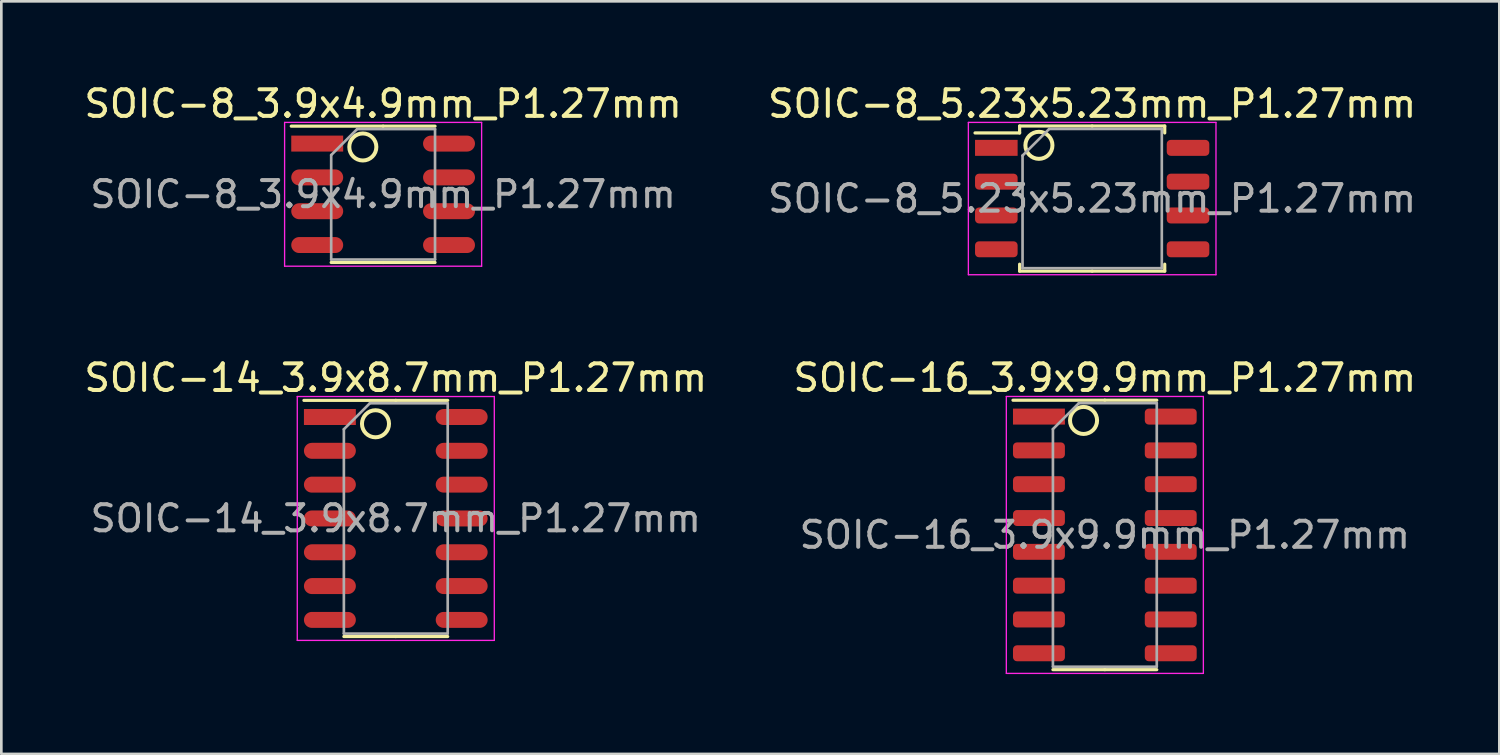
<source format=kicad_pcb>
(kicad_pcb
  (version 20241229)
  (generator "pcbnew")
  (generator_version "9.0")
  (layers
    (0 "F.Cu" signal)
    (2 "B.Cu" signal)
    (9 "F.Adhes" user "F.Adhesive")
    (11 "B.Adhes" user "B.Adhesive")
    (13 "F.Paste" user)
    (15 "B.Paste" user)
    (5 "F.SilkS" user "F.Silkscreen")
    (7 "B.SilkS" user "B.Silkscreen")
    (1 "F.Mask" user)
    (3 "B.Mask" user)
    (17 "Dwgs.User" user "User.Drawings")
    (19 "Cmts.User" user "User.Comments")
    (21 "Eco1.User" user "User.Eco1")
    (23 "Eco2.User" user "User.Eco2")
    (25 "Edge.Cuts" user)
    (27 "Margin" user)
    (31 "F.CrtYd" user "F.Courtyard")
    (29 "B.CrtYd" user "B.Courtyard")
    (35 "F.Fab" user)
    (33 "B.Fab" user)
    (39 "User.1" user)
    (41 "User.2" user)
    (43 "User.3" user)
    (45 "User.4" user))
  (footprint "SOIC-8_3.9x4.9mm_P1.27mm"
    (layer "F.Cu")
    (at 11.339 4.248)
    (property "Reference" "SOIC-8_3.9x4.9mm_P1.27mm" (at 0 -3.4 0) (layer "F.SilkS") (effects (font (size 1 1) (thickness 0.15))))
    (attr smd)
    (fp_line (start 0 -2.56) (end -3.45 -2.56) (stroke (width 0.12) (type solid)) (layer "F.SilkS"))
    (fp_line (start 0 -2.56) (end 1.95 -2.56) (stroke (width 0.12) (type solid)) (layer "F.SilkS"))
    (fp_line (start 0 2.56) (end -1.95 2.56) (stroke (width 0.12) (type solid)) (layer "F.SilkS"))
    (fp_line (start 0 2.56) (end 1.95 2.56) (stroke (width 0.12) (type solid)) (layer "F.SilkS"))
    (fp_circle (center -0.762 -1.778) (end -0.254 -1.778) (stroke (width 0.15) (type solid)) (fill no) (layer "F.SilkS"))
    (fp_line (start -3.7 -2.7) (end -3.7 2.7) (stroke (width 0.05) (type solid)) (layer "F.CrtYd"))
    (fp_line (start -3.7 2.7) (end 3.7 2.7) (stroke (width 0.05) (type solid)) (layer "F.CrtYd"))
    (fp_line (start 3.7 -2.7) (end -3.7 -2.7) (stroke (width 0.05) (type solid)) (layer "F.CrtYd"))
    (fp_line (start 3.7 2.7) (end 3.7 -2.7) (stroke (width 0.05) (type solid)) (layer "F.CrtYd"))
    (fp_line (start -1.95 -1.475) (end -0.975 -2.45) (stroke (width 0.1) (type solid)) (layer "F.Fab"))
    (fp_line (start -1.95 2.45) (end -1.95 -1.475) (stroke (width 0.1) (type solid)) (layer "F.Fab"))
    (fp_line (start -0.975 -2.45) (end 1.95 -2.45) (stroke (width 0.1) (type solid)) (layer "F.Fab"))
    (fp_line (start 1.95 -2.45) (end 1.95 2.45) (stroke (width 0.1) (type solid)) (layer "F.Fab"))
    (fp_line (start 1.95 2.45) (end -1.95 2.45) (stroke (width 0.1) (type solid)) (layer "F.Fab"))
    (fp_text user "${REFERENCE}" (at 0 0 0) (layer "F.Fab") (effects (font (size 0.98 0.98) (thickness 0.15))))
    (pad "1" smd rect (at -2.475 -1.905) (size 1.95 0.6) (layers "F.Cu" "F.Mask" "F.Paste"))
    (pad "2" smd oval (at -2.475 -0.635) (size 1.95 0.6) (layers "F.Cu" "F.Mask" "F.Paste"))
    (pad "3" smd oval (at -2.475 0.635) (size 1.95 0.6) (layers "F.Cu" "F.Mask" "F.Paste"))
    (pad "4" smd oval (at -2.475 1.905) (size 1.95 0.6) (layers "F.Cu" "F.Mask" "F.Paste"))
    (pad "5" smd oval (at 2.475 1.905) (size 1.95 0.6) (layers "F.Cu" "F.Mask" "F.Paste"))
    (pad "6" smd oval (at 2.475 0.635) (size 1.95 0.6) (layers "F.Cu" "F.Mask" "F.Paste"))
    (pad "7" smd oval (at 2.475 -0.635) (size 1.95 0.6) (layers "F.Cu" "F.Mask" "F.Paste"))
    (pad "8" smd oval (at 2.475 -1.905) (size 1.95 0.6) (layers "F.Cu" "F.Mask" "F.Paste")))
  (footprint "SOIC-8_5.23x5.23mm_P1.27mm"
    (layer "F.Cu")
    (at 37.97 4.408)
    (property "Reference" "SOIC-8_5.23x5.23mm_P1.27mm" (at 0 -3.56 0) (layer "F.SilkS") (effects (font (size 1 1) (thickness 0.15))))
    (attr smd)
    (fp_line (start -2.725 -2.725) (end -2.725 -2.465) (stroke (width 0.12) (type solid)) (layer "F.SilkS"))
    (fp_line (start -2.725 -2.465) (end -4.4 -2.465) (stroke (width 0.12) (type solid)) (layer "F.SilkS"))
    (fp_line (start -2.725 2.725) (end -2.725 2.465) (stroke (width 0.12) (type solid)) (layer "F.SilkS"))
    (fp_line (start 0 -2.725) (end -2.725 -2.725) (stroke (width 0.12) (type solid)) (layer "F.SilkS"))
    (fp_line (start 0 -2.725) (end 2.725 -2.725) (stroke (width 0.12) (type solid)) (layer "F.SilkS"))
    (fp_line (start 0 2.725) (end -2.725 2.725) (stroke (width 0.12) (type solid)) (layer "F.SilkS"))
    (fp_line (start 0 2.725) (end 2.725 2.725) (stroke (width 0.12) (type solid)) (layer "F.SilkS"))
    (fp_line (start 2.725 -2.725) (end 2.725 -2.465) (stroke (width 0.12) (type solid)) (layer "F.SilkS"))
    (fp_line (start 2.725 2.725) (end 2.725 2.465) (stroke (width 0.12) (type solid)) (layer "F.SilkS"))
    (fp_circle (center -2 -2) (end -1.492 -2) (stroke (width 0.15) (type solid)) (fill no) (layer "F.SilkS"))
    (fp_line (start -4.65 -2.86) (end -4.65 2.86) (stroke (width 0.05) (type solid)) (layer "F.CrtYd"))
    (fp_line (start -4.65 2.86) (end 4.65 2.86) (stroke (width 0.05) (type solid)) (layer "F.CrtYd"))
    (fp_line (start 4.65 -2.86) (end -4.65 -2.86) (stroke (width 0.05) (type solid)) (layer "F.CrtYd"))
    (fp_line (start 4.65 2.86) (end 4.65 -2.86) (stroke (width 0.05) (type solid)) (layer "F.CrtYd"))
    (fp_line (start -2.615 -1.615) (end -1.615 -2.615) (stroke (width 0.1) (type solid)) (layer "F.Fab"))
    (fp_line (start -2.615 2.615) (end -2.615 -1.615) (stroke (width 0.1) (type solid)) (layer "F.Fab"))
    (fp_line (start -1.615 -2.615) (end 2.615 -2.615) (stroke (width 0.1) (type solid)) (layer "F.Fab"))
    (fp_line (start 2.615 -2.615) (end 2.615 2.615) (stroke (width 0.1) (type solid)) (layer "F.Fab"))
    (fp_line (start 2.615 2.615) (end -2.615 2.615) (stroke (width 0.1) (type solid)) (layer "F.Fab"))
    (fp_text user "${REFERENCE}" (at 0 0 0) (layer "F.Fab") (effects (font (size 1 1) (thickness 0.15))))
    (pad "1" smd rect (at -3.6 -1.905) (size 1.6 0.6) (layers "F.Cu" "F.Mask" "F.Paste"))
    (pad "2" smd roundrect (at -3.6 -0.635) (size 1.6 0.6) (layers "F.Cu" "F.Mask" "F.Paste") (roundrect_rratio 0.25))
    (pad "3" smd roundrect (at -3.6 0.635) (size 1.6 0.6) (layers "F.Cu" "F.Mask" "F.Paste") (roundrect_rratio 0.25))
    (pad "4" smd roundrect (at -3.6 1.905) (size 1.6 0.6) (layers "F.Cu" "F.Mask" "F.Paste") (roundrect_rratio 0.25))
    (pad "5" smd roundrect (at 3.6 1.905) (size 1.6 0.6) (layers "F.Cu" "F.Mask" "F.Paste") (roundrect_rratio 0.25))
    (pad "6" smd roundrect (at 3.6 0.635) (size 1.6 0.6) (layers "F.Cu" "F.Mask" "F.Paste") (roundrect_rratio 0.25))
    (pad "7" smd roundrect (at 3.6 -0.635) (size 1.6 0.6) (layers "F.Cu" "F.Mask" "F.Paste") (roundrect_rratio 0.25))
    (pad "8" smd roundrect (at 3.6 -1.905) (size 1.6 0.6) (layers "F.Cu" "F.Mask" "F.Paste") (roundrect_rratio 0.25)))
  (footprint "SOIC-16_3.9x9.9mm_P1.27mm"
    (layer "F.Cu")
    (at 38.446 17.041)
    (property "Reference" "SOIC-16_3.9x9.9mm_P1.27mm" (at 0 -5.9 0) (layer "F.SilkS") (effects (font (size 1 1) (thickness 0.15))))
    (attr smd)
    (fp_line (start 0 -5.06) (end -3.45 -5.06) (stroke (width 0.12) (type solid)) (layer "F.SilkS"))
    (fp_line (start 0 -5.06) (end 1.95 -5.06) (stroke (width 0.12) (type solid)) (layer "F.SilkS"))
    (fp_line (start 0 5.06) (end -1.95 5.06) (stroke (width 0.12) (type solid)) (layer "F.SilkS"))
    (fp_line (start 0 5.06) (end 1.95 5.06) (stroke (width 0.12) (type solid)) (layer "F.SilkS"))
    (fp_circle (center -0.8 -4.3) (end -0.292 -4.3) (stroke (width 0.15) (type solid)) (fill no) (layer "F.SilkS"))
    (fp_line (start -3.7 -5.2) (end -3.7 5.2) (stroke (width 0.05) (type solid)) (layer "F.CrtYd"))
    (fp_line (start -3.7 5.2) (end 3.7 5.2) (stroke (width 0.05) (type solid)) (layer "F.CrtYd"))
    (fp_line (start 3.7 -5.2) (end -3.7 -5.2) (stroke (width 0.05) (type solid)) (layer "F.CrtYd"))
    (fp_line (start 3.7 5.2) (end 3.7 -5.2) (stroke (width 0.05) (type solid)) (layer "F.CrtYd"))
    (fp_line (start -1.95 -3.975) (end -0.975 -4.95) (stroke (width 0.1) (type solid)) (layer "F.Fab"))
    (fp_line (start -1.95 4.95) (end -1.95 -3.975) (stroke (width 0.1) (type solid)) (layer "F.Fab"))
    (fp_line (start -0.975 -4.95) (end 1.95 -4.95) (stroke (width 0.1) (type solid)) (layer "F.Fab"))
    (fp_line (start 1.95 -4.95) (end 1.95 4.95) (stroke (width 0.1) (type solid)) (layer "F.Fab"))
    (fp_line (start 1.95 4.95) (end -1.95 4.95) (stroke (width 0.1) (type solid)) (layer "F.Fab"))
    (fp_text user "${REFERENCE}" (at 0 0 0) (layer "F.Fab") (effects (font (size 0.98 0.98) (thickness 0.15))))
    (pad "1" smd rect (at -2.475 -4.445) (size 1.95 0.6) (layers "F.Cu" "F.Mask" "F.Paste"))
    (pad "2" smd roundrect (at -2.475 -3.175) (size 1.95 0.6) (layers "F.Cu" "F.Mask" "F.Paste") (roundrect_rratio 0.25))
    (pad "3" smd roundrect (at -2.475 -1.905) (size 1.95 0.6) (layers "F.Cu" "F.Mask" "F.Paste") (roundrect_rratio 0.25))
    (pad "4" smd roundrect (at -2.475 -0.635) (size 1.95 0.6) (layers "F.Cu" "F.Mask" "F.Paste") (roundrect_rratio 0.25))
    (pad "5" smd roundrect (at -2.475 0.635) (size 1.95 0.6) (layers "F.Cu" "F.Mask" "F.Paste") (roundrect_rratio 0.25))
    (pad "6" smd roundrect (at -2.475 1.905) (size 1.95 0.6) (layers "F.Cu" "F.Mask" "F.Paste") (roundrect_rratio 0.25))
    (pad "7" smd roundrect (at -2.475 3.175) (size 1.95 0.6) (layers "F.Cu" "F.Mask" "F.Paste") (roundrect_rratio 0.25))
    (pad "8" smd roundrect (at -2.475 4.445) (size 1.95 0.6) (layers "F.Cu" "F.Mask" "F.Paste") (roundrect_rratio 0.25))
    (pad "9" smd roundrect (at 2.475 4.445) (size 1.95 0.6) (layers "F.Cu" "F.Mask" "F.Paste") (roundrect_rratio 0.25))
    (pad "10" smd roundrect (at 2.475 3.175) (size 1.95 0.6) (layers "F.Cu" "F.Mask" "F.Paste") (roundrect_rratio 0.25))
    (pad "11" smd roundrect (at 2.475 1.905) (size 1.95 0.6) (layers "F.Cu" "F.Mask" "F.Paste") (roundrect_rratio 0.25))
    (pad "12" smd roundrect (at 2.475 0.635) (size 1.95 0.6) (layers "F.Cu" "F.Mask" "F.Paste") (roundrect_rratio 0.25))
    (pad "13" smd roundrect (at 2.475 -0.635) (size 1.95 0.6) (layers "F.Cu" "F.Mask" "F.Paste") (roundrect_rratio 0.25))
    (pad "14" smd roundrect (at 2.475 -1.905) (size 1.95 0.6) (layers "F.Cu" "F.Mask" "F.Paste") (roundrect_rratio 0.25))
    (pad "15" smd roundrect (at 2.475 -3.175) (size 1.95 0.6) (layers "F.Cu" "F.Mask" "F.Paste") (roundrect_rratio 0.25))
    (pad "16" smd roundrect (at 2.475 -4.445) (size 1.95 0.6) (layers "F.Cu" "F.Mask" "F.Paste") (roundrect_rratio 0.25)))
  (footprint "SOIC-14_3.9x8.7mm_P1.27mm"
    (layer "F.Cu")
    (at 11.815 16.422)
    (property "Reference" "SOIC-14_3.9x8.7mm_P1.27mm" (at 0 -5.28 0) (layer "F.SilkS") (effects (font (size 1 1) (thickness 0.15))))
    (attr smd)
    (fp_line (start 0 -4.435) (end -3.45 -4.435) (stroke (width 0.12) (type solid)) (layer "F.SilkS"))
    (fp_line (start 0 -4.435) (end 1.95 -4.435) (stroke (width 0.12) (type solid)) (layer "F.SilkS"))
    (fp_line (start 0 4.435) (end -1.95 4.435) (stroke (width 0.12) (type solid)) (layer "F.SilkS"))
    (fp_line (start 0 4.435) (end 1.95 4.435) (stroke (width 0.12) (type solid)) (layer "F.SilkS"))
    (fp_circle (center -0.762 -3.556) (end -0.254 -3.556) (stroke (width 0.15) (type solid)) (fill no) (layer "F.SilkS"))
    (fp_line (start -3.7 -4.58) (end -3.7 4.58) (stroke (width 0.05) (type solid)) (layer "F.CrtYd"))
    (fp_line (start -3.7 4.58) (end 3.7 4.58) (stroke (width 0.05) (type solid)) (layer "F.CrtYd"))
    (fp_line (start 3.7 -4.58) (end -3.7 -4.58) (stroke (width 0.05) (type solid)) (layer "F.CrtYd"))
    (fp_line (start 3.7 4.58) (end 3.7 -4.58) (stroke (width 0.05) (type solid)) (layer "F.CrtYd"))
    (fp_line (start -1.95 -3.35) (end -0.975 -4.325) (stroke (width 0.1) (type solid)) (layer "F.Fab"))
    (fp_line (start -1.95 4.325) (end -1.95 -3.35) (stroke (width 0.1) (type solid)) (layer "F.Fab"))
    (fp_line (start -0.975 -4.325) (end 1.95 -4.325) (stroke (width 0.1) (type solid)) (layer "F.Fab"))
    (fp_line (start 1.95 -4.325) (end 1.95 4.325) (stroke (width 0.1) (type solid)) (layer "F.Fab"))
    (fp_line (start 1.95 4.325) (end -1.95 4.325) (stroke (width 0.1) (type solid)) (layer "F.Fab"))
    (fp_text user "${REFERENCE}" (at 0 0 0) (layer "F.Fab") (effects (font (size 0.98 0.98) (thickness 0.15))))
    (pad "1" smd rect (at -2.475 -3.81) (size 1.95 0.6) (layers "F.Cu" "F.Mask" "F.Paste"))
    (pad "2" smd oval (at -2.475 -2.54) (size 1.95 0.6) (layers "F.Cu" "F.Mask" "F.Paste"))
    (pad "3" smd oval (at -2.475 -1.27) (size 1.95 0.6) (layers "F.Cu" "F.Mask" "F.Paste"))
    (pad "4" smd oval (at -2.475 0) (size 1.95 0.6) (layers "F.Cu" "F.Mask" "F.Paste"))
    (pad "5" smd oval (at -2.475 1.27) (size 1.95 0.6) (layers "F.Cu" "F.Mask" "F.Paste"))
    (pad "6" smd oval (at -2.475 2.54) (size 1.95 0.6) (layers "F.Cu" "F.Mask" "F.Paste"))
    (pad "7" smd oval (at -2.475 3.81) (size 1.95 0.6) (layers "F.Cu" "F.Mask" "F.Paste"))
    (pad "8" smd oval (at 2.475 3.81) (size 1.95 0.6) (layers "F.Cu" "F.Mask" "F.Paste"))
    (pad "9" smd oval (at 2.475 2.54) (size 1.95 0.6) (layers "F.Cu" "F.Mask" "F.Paste"))
    (pad "10" smd oval (at 2.475 1.27) (size 1.95 0.6) (layers "F.Cu" "F.Mask" "F.Paste"))
    (pad "11" smd oval (at 2.475 0) (size 1.95 0.6) (layers "F.Cu" "F.Mask" "F.Paste"))
    (pad "12" smd oval (at 2.475 -1.27) (size 1.95 0.6) (layers "F.Cu" "F.Mask" "F.Paste"))
    (pad "13" smd oval (at 2.475 -2.54) (size 1.95 0.6) (layers "F.Cu" "F.Mask" "F.Paste"))
    (pad "14" smd oval (at 2.475 -3.81) (size 1.95 0.6) (layers "F.Cu" "F.Mask" "F.Paste")))
  (gr_rect
    (start -3 -3)
    (end 53.262 25.267)
    (stroke (width 0.1) (type default))
    (fill no)
    (layer "Edge.Cuts")))
</source>
